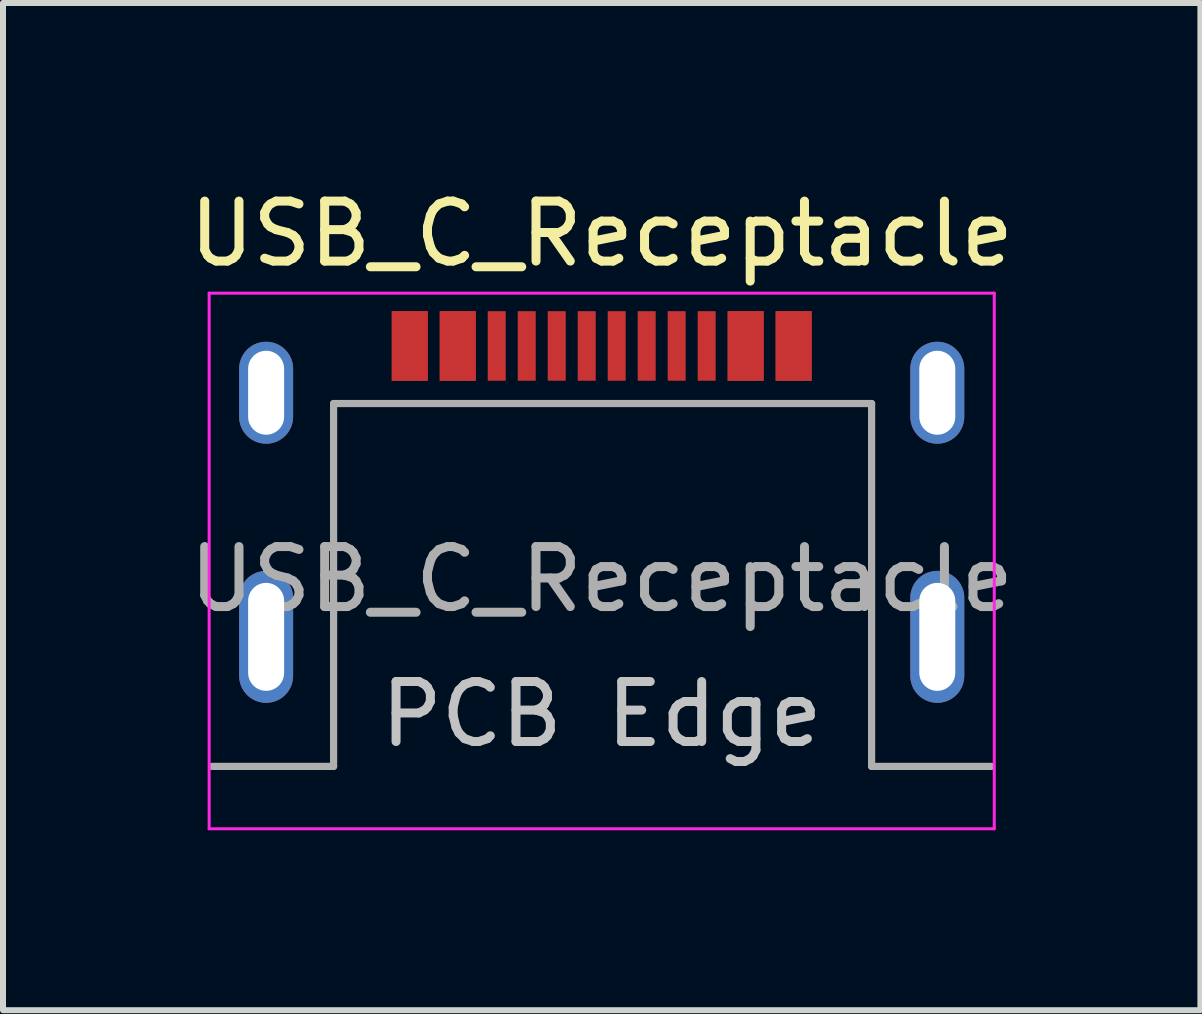
<source format=kicad_pcb>
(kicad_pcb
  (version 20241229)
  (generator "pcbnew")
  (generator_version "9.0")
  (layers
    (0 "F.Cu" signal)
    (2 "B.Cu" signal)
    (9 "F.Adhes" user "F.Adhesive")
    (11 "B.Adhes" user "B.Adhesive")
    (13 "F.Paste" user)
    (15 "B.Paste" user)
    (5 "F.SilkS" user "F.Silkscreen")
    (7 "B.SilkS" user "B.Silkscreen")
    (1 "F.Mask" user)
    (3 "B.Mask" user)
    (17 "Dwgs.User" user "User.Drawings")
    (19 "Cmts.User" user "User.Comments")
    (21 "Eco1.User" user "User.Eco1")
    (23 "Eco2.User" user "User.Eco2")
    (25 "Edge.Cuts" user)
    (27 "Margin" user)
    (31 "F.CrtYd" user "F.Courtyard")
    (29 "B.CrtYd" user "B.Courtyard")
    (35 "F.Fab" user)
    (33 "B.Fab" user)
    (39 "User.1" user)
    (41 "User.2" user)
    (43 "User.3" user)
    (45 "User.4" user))
  (footprint "USB_C_Receptacle"
    (layer "F.Cu")
    (at 6.982 5.428)
    (property "Reference" "USB_C_Receptacle" (at 0 -4.58 0) (layer "F.SilkS") (effects (font (size 1 1) (thickness 0.15))))
    (attr smd)
    (fp_line (start -6.545 -3.59) (end -6.545 5.34) (stroke (width 0.05) (type solid)) (layer "F.CrtYd"))
    (fp_line (start -6.545 5.34) (end 6.545 5.34) (stroke (width 0.05) (type solid)) (layer "F.CrtYd"))
    (fp_line (start 6.545 -3.59) (end -6.545 -3.59) (stroke (width 0.05) (type solid)) (layer "F.CrtYd"))
    (fp_line (start 6.545 5.34) (end 6.545 -3.59) (stroke (width 0.05) (type solid)) (layer "F.CrtYd"))
    (fp_line (start -4.47 4.3) (end -6.5 4.3) (stroke (width 0.12) (type solid)) (layer "F.Fab"))
    (fp_line (start -4.47 4.3) (end -4.47 -1.75) (stroke (width 0.12) (type solid)) (layer "F.Fab"))
    (fp_line (start 4.5 -1.75) (end -4.47 -1.75) (stroke (width 0.12) (type solid)) (layer "F.Fab"))
    (fp_line (start 4.5 4.3) (end 4.5 -1.75) (stroke (width 0.12) (type solid)) (layer "F.Fab"))
    (fp_line (start 4.5 4.3) (end 6.5 4.3) (stroke (width 0.12) (type solid)) (layer "F.Fab"))
    (fp_text user "PCB Edge" (at 0 3.43 0) (layer "Dwgs.User") (effects (font (size 1 1) (thickness 0.15))))
    (fp_text user "${REFERENCE}" (at 0 1.18 0) (layer "F.Fab") (effects (font (size 1 1) (thickness 0.15))))
    (pad "A1" smd rect (at -3.2 -2.71) (size 0.6 1.16) (layers "F.Cu" "F.Mask" "F.Paste"))
    (pad "A4" smd rect (at -2.4 -2.71) (size 0.6 1.16) (layers "F.Cu" "F.Mask" "F.Paste"))
    (pad "A5" smd rect (at -1.25 -2.71 180) (size 0.3 1.16) (layers "F.Cu" "F.Mask" "F.Paste"))
    (pad "A6" smd rect (at -0.25 -2.71 180) (size 0.3 1.16) (layers "F.Cu" "F.Mask" "F.Paste"))
    (pad "A7" smd rect (at 0.25 -2.71 180) (size 0.3 1.16) (layers "F.Cu" "F.Mask" "F.Paste"))
    (pad "A8" smd rect (at 1.25 -2.71 180) (size 0.3 1.16) (layers "F.Cu" "F.Mask" "F.Paste"))
    (pad "A9" smd rect (at 2.4 -2.71) (size 0.6 1.16) (layers "F.Cu" "F.Mask" "F.Paste"))
    (pad "A12" smd rect (at 3.2 -2.71) (size 0.6 1.16) (layers "F.Cu" "F.Mask" "F.Paste"))
    (pad "B1" smd rect (at 3.2 -2.71) (size 0.6 1.16) (layers "F.Cu" "F.Mask" "F.Paste"))
    (pad "B4" smd rect (at 2.4 -2.71) (size 0.6 1.16) (layers "F.Cu" "F.Mask" "F.Paste"))
    (pad "B5" smd rect (at 1.75 -2.71 180) (size 0.3 1.16) (layers "F.Cu" "F.Mask" "F.Paste"))
    (pad "B6" smd rect (at 0.75 -2.71 180) (size 0.3 1.16) (layers "F.Cu" "F.Mask" "F.Paste"))
    (pad "B7" smd rect (at -0.75 -2.71 180) (size 0.3 1.16) (layers "F.Cu" "F.Mask" "F.Paste"))
    (pad "B8" smd rect (at -1.75 -2.71 180) (size 0.3 1.16) (layers "F.Cu" "F.Mask" "F.Paste"))
    (pad "B9" smd rect (at -2.4 -2.71) (size 0.6 1.16) (layers "F.Cu" "F.Mask" "F.Paste"))
    (pad "B12" smd rect (at -3.2 -2.71) (size 0.6 1.16) (layers "F.Cu" "F.Mask" "F.Paste"))
    (pad "S1" thru_hole oval (at -5.595 -1.93 90) (size 1.7 0.9) (drill oval 1.4 0.6) (layers "*.Cu" "*.Mask"))
    (pad "S1" thru_hole oval (at -5.595 2.14 90) (size 2.2 0.9) (drill oval 1.8 0.6) (layers "*.Cu" "*.Mask"))
    (pad "S1" thru_hole oval (at 5.595 -1.93 90) (size 1.7 0.9) (drill oval 1.4 0.6) (layers "*.Cu" "*.Mask"))
    (pad "S1" thru_hole oval (at 5.595 2.14 90) (size 2.2 0.9) (drill oval 1.8 0.6) (layers "*.Cu" "*.Mask")))
  (gr_rect
    (start -3 -3)
    (end 16.964 13.793)
    (stroke (width 0.1) (type default))
    (fill no)
    (layer "Edge.Cuts")))
</source>
